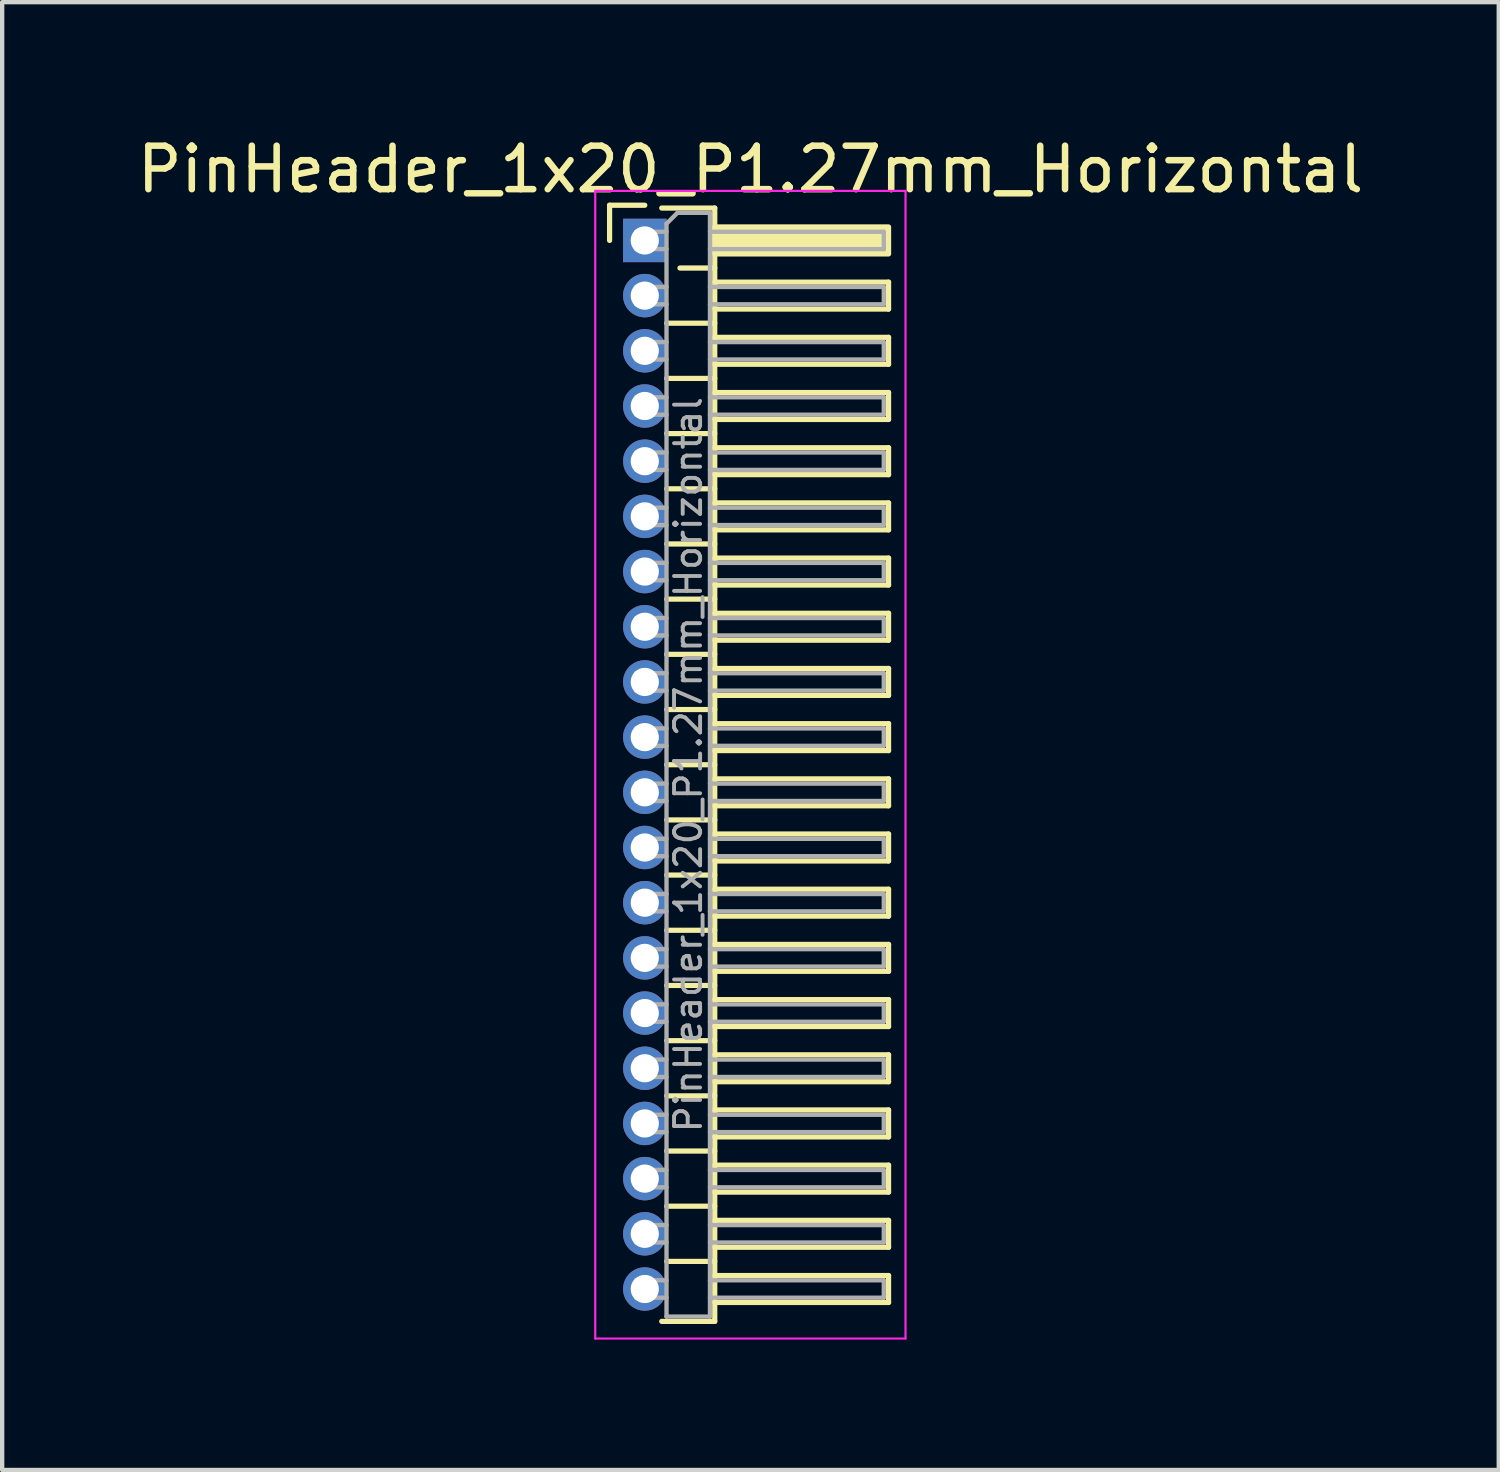
<source format=kicad_pcb>
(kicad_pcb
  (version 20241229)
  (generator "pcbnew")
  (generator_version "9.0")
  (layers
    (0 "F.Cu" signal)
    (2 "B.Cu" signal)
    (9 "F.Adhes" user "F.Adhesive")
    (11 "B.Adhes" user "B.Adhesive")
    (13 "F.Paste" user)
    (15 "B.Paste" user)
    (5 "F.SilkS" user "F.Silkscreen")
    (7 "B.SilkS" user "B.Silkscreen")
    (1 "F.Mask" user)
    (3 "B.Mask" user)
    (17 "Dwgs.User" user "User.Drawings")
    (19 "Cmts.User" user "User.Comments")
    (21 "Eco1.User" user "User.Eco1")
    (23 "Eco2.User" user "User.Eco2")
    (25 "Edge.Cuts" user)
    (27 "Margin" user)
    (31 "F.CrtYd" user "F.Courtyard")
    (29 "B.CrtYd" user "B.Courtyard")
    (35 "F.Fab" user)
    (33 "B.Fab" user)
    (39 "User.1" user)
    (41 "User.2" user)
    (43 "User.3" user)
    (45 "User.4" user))
  (footprint "PinHeader_1x20_P1.27mm_Horizontal"
    (layer "F.Cu")
    (at 11.788 2.483)
    (property "Reference" "PinHeader_1x20_P1.27mm_Horizontal" (at 2.433 -1.635 0) (layer "F.SilkS") (effects (font (size 1 1) (thickness 0.15))))
    (attr through_hole)
    (fp_line (start -0.81 -0.81) (end 0 -0.81) (stroke (width 0.12) (type solid)) (layer "F.SilkS"))
    (fp_line (start -0.81 0) (end -0.81 -0.81) (stroke (width 0.12) (type solid)) (layer "F.SilkS"))
    (fp_line (start 0.39 -0.745) (end 1.61 -0.745) (stroke (width 0.12) (type solid)) (layer "F.SilkS"))
    (fp_line (start 0.503 1.905) (end 1.61 1.905) (stroke (width 0.12) (type solid)) (layer "F.SilkS"))
    (fp_line (start 0.503 3.175) (end 1.61 3.175) (stroke (width 0.12) (type solid)) (layer "F.SilkS"))
    (fp_line (start 0.503 4.445) (end 1.61 4.445) (stroke (width 0.12) (type solid)) (layer "F.SilkS"))
    (fp_line (start 0.503 5.715) (end 1.61 5.715) (stroke (width 0.12) (type solid)) (layer "F.SilkS"))
    (fp_line (start 0.503 6.985) (end 1.61 6.985) (stroke (width 0.12) (type solid)) (layer "F.SilkS"))
    (fp_line (start 0.503 8.255) (end 1.61 8.255) (stroke (width 0.12) (type solid)) (layer "F.SilkS"))
    (fp_line (start 0.503 9.525) (end 1.61 9.525) (stroke (width 0.12) (type solid)) (layer "F.SilkS"))
    (fp_line (start 0.503 10.795) (end 1.61 10.795) (stroke (width 0.12) (type solid)) (layer "F.SilkS"))
    (fp_line (start 0.503 12.065) (end 1.61 12.065) (stroke (width 0.12) (type solid)) (layer "F.SilkS"))
    (fp_line (start 0.503 13.335) (end 1.61 13.335) (stroke (width 0.12) (type solid)) (layer "F.SilkS"))
    (fp_line (start 0.503 14.605) (end 1.61 14.605) (stroke (width 0.12) (type solid)) (layer "F.SilkS"))
    (fp_line (start 0.503 15.875) (end 1.61 15.875) (stroke (width 0.12) (type solid)) (layer "F.SilkS"))
    (fp_line (start 0.503 17.145) (end 1.61 17.145) (stroke (width 0.12) (type solid)) (layer "F.SilkS"))
    (fp_line (start 0.503 18.415) (end 1.61 18.415) (stroke (width 0.12) (type solid)) (layer "F.SilkS"))
    (fp_line (start 0.503 19.685) (end 1.61 19.685) (stroke (width 0.12) (type solid)) (layer "F.SilkS"))
    (fp_line (start 0.503 20.955) (end 1.61 20.955) (stroke (width 0.12) (type solid)) (layer "F.SilkS"))
    (fp_line (start 0.503 22.225) (end 1.61 22.225) (stroke (width 0.12) (type solid)) (layer "F.SilkS"))
    (fp_line (start 0.503 23.495) (end 1.61 23.495) (stroke (width 0.12) (type solid)) (layer "F.SilkS"))
    (fp_line (start 0.81 0.635) (end 1.61 0.635) (stroke (width 0.12) (type solid)) (layer "F.SilkS"))
    (fp_line (start 1.61 -0.745) (end 1.61 24.875) (stroke (width 0.12) (type solid)) (layer "F.SilkS"))
    (fp_line (start 1.61 0.96) (end 5.61 0.96) (stroke (width 0.12) (type solid)) (layer "F.SilkS"))
    (fp_line (start 1.61 2.23) (end 5.61 2.23) (stroke (width 0.12) (type solid)) (layer "F.SilkS"))
    (fp_line (start 1.61 3.5) (end 5.61 3.5) (stroke (width 0.12) (type solid)) (layer "F.SilkS"))
    (fp_line (start 1.61 4.77) (end 5.61 4.77) (stroke (width 0.12) (type solid)) (layer "F.SilkS"))
    (fp_line (start 1.61 6.04) (end 5.61 6.04) (stroke (width 0.12) (type solid)) (layer "F.SilkS"))
    (fp_line (start 1.61 7.31) (end 5.61 7.31) (stroke (width 0.12) (type solid)) (layer "F.SilkS"))
    (fp_line (start 1.61 8.58) (end 5.61 8.58) (stroke (width 0.12) (type solid)) (layer "F.SilkS"))
    (fp_line (start 1.61 9.85) (end 5.61 9.85) (stroke (width 0.12) (type solid)) (layer "F.SilkS"))
    (fp_line (start 1.61 11.12) (end 5.61 11.12) (stroke (width 0.12) (type solid)) (layer "F.SilkS"))
    (fp_line (start 1.61 12.39) (end 5.61 12.39) (stroke (width 0.12) (type solid)) (layer "F.SilkS"))
    (fp_line (start 1.61 13.66) (end 5.61 13.66) (stroke (width 0.12) (type solid)) (layer "F.SilkS"))
    (fp_line (start 1.61 14.93) (end 5.61 14.93) (stroke (width 0.12) (type solid)) (layer "F.SilkS"))
    (fp_line (start 1.61 16.2) (end 5.61 16.2) (stroke (width 0.12) (type solid)) (layer "F.SilkS"))
    (fp_line (start 1.61 17.47) (end 5.61 17.47) (stroke (width 0.12) (type solid)) (layer "F.SilkS"))
    (fp_line (start 1.61 18.74) (end 5.61 18.74) (stroke (width 0.12) (type solid)) (layer "F.SilkS"))
    (fp_line (start 1.61 20.01) (end 5.61 20.01) (stroke (width 0.12) (type solid)) (layer "F.SilkS"))
    (fp_line (start 1.61 21.28) (end 5.61 21.28) (stroke (width 0.12) (type solid)) (layer "F.SilkS"))
    (fp_line (start 1.61 22.55) (end 5.61 22.55) (stroke (width 0.12) (type solid)) (layer "F.SilkS"))
    (fp_line (start 1.61 23.82) (end 5.61 23.82) (stroke (width 0.12) (type solid)) (layer "F.SilkS"))
    (fp_line (start 1.61 24.875) (end 0.39 24.875) (stroke (width 0.12) (type solid)) (layer "F.SilkS"))
    (fp_line (start 5.61 0.96) (end 5.61 1.58) (stroke (width 0.12) (type solid)) (layer "F.SilkS"))
    (fp_line (start 5.61 1.58) (end 1.61 1.58) (stroke (width 0.12) (type solid)) (layer "F.SilkS"))
    (fp_line (start 5.61 2.23) (end 5.61 2.85) (stroke (width 0.12) (type solid)) (layer "F.SilkS"))
    (fp_line (start 5.61 2.85) (end 1.61 2.85) (stroke (width 0.12) (type solid)) (layer "F.SilkS"))
    (fp_line (start 5.61 3.5) (end 5.61 4.12) (stroke (width 0.12) (type solid)) (layer "F.SilkS"))
    (fp_line (start 5.61 4.12) (end 1.61 4.12) (stroke (width 0.12) (type solid)) (layer "F.SilkS"))
    (fp_line (start 5.61 4.77) (end 5.61 5.39) (stroke (width 0.12) (type solid)) (layer "F.SilkS"))
    (fp_line (start 5.61 5.39) (end 1.61 5.39) (stroke (width 0.12) (type solid)) (layer "F.SilkS"))
    (fp_line (start 5.61 6.04) (end 5.61 6.66) (stroke (width 0.12) (type solid)) (layer "F.SilkS"))
    (fp_line (start 5.61 6.66) (end 1.61 6.66) (stroke (width 0.12) (type solid)) (layer "F.SilkS"))
    (fp_line (start 5.61 7.31) (end 5.61 7.93) (stroke (width 0.12) (type solid)) (layer "F.SilkS"))
    (fp_line (start 5.61 7.93) (end 1.61 7.93) (stroke (width 0.12) (type solid)) (layer "F.SilkS"))
    (fp_line (start 5.61 8.58) (end 5.61 9.2) (stroke (width 0.12) (type solid)) (layer "F.SilkS"))
    (fp_line (start 5.61 9.2) (end 1.61 9.2) (stroke (width 0.12) (type solid)) (layer "F.SilkS"))
    (fp_line (start 5.61 9.85) (end 5.61 10.47) (stroke (width 0.12) (type solid)) (layer "F.SilkS"))
    (fp_line (start 5.61 10.47) (end 1.61 10.47) (stroke (width 0.12) (type solid)) (layer "F.SilkS"))
    (fp_line (start 5.61 11.12) (end 5.61 11.74) (stroke (width 0.12) (type solid)) (layer "F.SilkS"))
    (fp_line (start 5.61 11.74) (end 1.61 11.74) (stroke (width 0.12) (type solid)) (layer "F.SilkS"))
    (fp_line (start 5.61 12.39) (end 5.61 13.01) (stroke (width 0.12) (type solid)) (layer "F.SilkS"))
    (fp_line (start 5.61 13.01) (end 1.61 13.01) (stroke (width 0.12) (type solid)) (layer "F.SilkS"))
    (fp_line (start 5.61 13.66) (end 5.61 14.28) (stroke (width 0.12) (type solid)) (layer "F.SilkS"))
    (fp_line (start 5.61 14.28) (end 1.61 14.28) (stroke (width 0.12) (type solid)) (layer "F.SilkS"))
    (fp_line (start 5.61 14.93) (end 5.61 15.55) (stroke (width 0.12) (type solid)) (layer "F.SilkS"))
    (fp_line (start 5.61 15.55) (end 1.61 15.55) (stroke (width 0.12) (type solid)) (layer "F.SilkS"))
    (fp_line (start 5.61 16.2) (end 5.61 16.82) (stroke (width 0.12) (type solid)) (layer "F.SilkS"))
    (fp_line (start 5.61 16.82) (end 1.61 16.82) (stroke (width 0.12) (type solid)) (layer "F.SilkS"))
    (fp_line (start 5.61 17.47) (end 5.61 18.09) (stroke (width 0.12) (type solid)) (layer "F.SilkS"))
    (fp_line (start 5.61 18.09) (end 1.61 18.09) (stroke (width 0.12) (type solid)) (layer "F.SilkS"))
    (fp_line (start 5.61 18.74) (end 5.61 19.36) (stroke (width 0.12) (type solid)) (layer "F.SilkS"))
    (fp_line (start 5.61 19.36) (end 1.61 19.36) (stroke (width 0.12) (type solid)) (layer "F.SilkS"))
    (fp_line (start 5.61 20.01) (end 5.61 20.63) (stroke (width 0.12) (type solid)) (layer "F.SilkS"))
    (fp_line (start 5.61 20.63) (end 1.61 20.63) (stroke (width 0.12) (type solid)) (layer "F.SilkS"))
    (fp_line (start 5.61 21.28) (end 5.61 21.9) (stroke (width 0.12) (type solid)) (layer "F.SilkS"))
    (fp_line (start 5.61 21.9) (end 1.61 21.9) (stroke (width 0.12) (type solid)) (layer "F.SilkS"))
    (fp_line (start 5.61 22.55) (end 5.61 23.17) (stroke (width 0.12) (type solid)) (layer "F.SilkS"))
    (fp_line (start 5.61 23.17) (end 1.61 23.17) (stroke (width 0.12) (type solid)) (layer "F.SilkS"))
    (fp_line (start 5.61 23.82) (end 5.61 24.44) (stroke (width 0.12) (type solid)) (layer "F.SilkS"))
    (fp_line (start 5.61 24.44) (end 1.61 24.44) (stroke (width 0.12) (type solid)) (layer "F.SilkS"))
    (fp_rect (start 1.61 -0.31) (end 5.61 0.31) (stroke (width 0.12) (type solid)) (fill yes) (layer "F.SilkS"))
    (fp_line (start -1.14 -1.14) (end -1.14 25.27) (stroke (width 0.05) (type solid)) (layer "F.CrtYd"))
    (fp_line (start -1.14 25.27) (end 6 25.27) (stroke (width 0.05) (type solid)) (layer "F.CrtYd"))
    (fp_line (start 6 -1.14) (end -1.14 -1.14) (stroke (width 0.05) (type solid)) (layer "F.CrtYd"))
    (fp_line (start 6 25.27) (end 6 -1.14) (stroke (width 0.05) (type solid)) (layer "F.CrtYd"))
    (fp_line (start -0.2 -0.2) (end -0.2 0.2) (stroke (width 0.1) (type solid)) (layer "F.Fab"))
    (fp_line (start -0.2 -0.2) (end 0.5 -0.2) (stroke (width 0.1) (type solid)) (layer "F.Fab"))
    (fp_line (start -0.2 0.2) (end 0.5 0.2) (stroke (width 0.1) (type solid)) (layer "F.Fab"))
    (fp_line (start -0.2 1.07) (end -0.2 1.47) (stroke (width 0.1) (type solid)) (layer "F.Fab"))
    (fp_line (start -0.2 1.07) (end 0.5 1.07) (stroke (width 0.1) (type solid)) (layer "F.Fab"))
    (fp_line (start -0.2 1.47) (end 0.5 1.47) (stroke (width 0.1) (type solid)) (layer "F.Fab"))
    (fp_line (start -0.2 2.34) (end -0.2 2.74) (stroke (width 0.1) (type solid)) (layer "F.Fab"))
    (fp_line (start -0.2 2.34) (end 0.5 2.34) (stroke (width 0.1) (type solid)) (layer "F.Fab"))
    (fp_line (start -0.2 2.74) (end 0.5 2.74) (stroke (width 0.1) (type solid)) (layer "F.Fab"))
    (fp_line (start -0.2 3.61) (end -0.2 4.01) (stroke (width 0.1) (type solid)) (layer "F.Fab"))
    (fp_line (start -0.2 3.61) (end 0.5 3.61) (stroke (width 0.1) (type solid)) (layer "F.Fab"))
    (fp_line (start -0.2 4.01) (end 0.5 4.01) (stroke (width 0.1) (type solid)) (layer "F.Fab"))
    (fp_line (start -0.2 4.88) (end -0.2 5.28) (stroke (width 0.1) (type solid)) (layer "F.Fab"))
    (fp_line (start -0.2 4.88) (end 0.5 4.88) (stroke (width 0.1) (type solid)) (layer "F.Fab"))
    (fp_line (start -0.2 5.28) (end 0.5 5.28) (stroke (width 0.1) (type solid)) (layer "F.Fab"))
    (fp_line (start -0.2 6.15) (end -0.2 6.55) (stroke (width 0.1) (type solid)) (layer "F.Fab"))
    (fp_line (start -0.2 6.15) (end 0.5 6.15) (stroke (width 0.1) (type solid)) (layer "F.Fab"))
    (fp_line (start -0.2 6.55) (end 0.5 6.55) (stroke (width 0.1) (type solid)) (layer "F.Fab"))
    (fp_line (start -0.2 7.42) (end -0.2 7.82) (stroke (width 0.1) (type solid)) (layer "F.Fab"))
    (fp_line (start -0.2 7.42) (end 0.5 7.42) (stroke (width 0.1) (type solid)) (layer "F.Fab"))
    (fp_line (start -0.2 7.82) (end 0.5 7.82) (stroke (width 0.1) (type solid)) (layer "F.Fab"))
    (fp_line (start -0.2 8.69) (end -0.2 9.09) (stroke (width 0.1) (type solid)) (layer "F.Fab"))
    (fp_line (start -0.2 8.69) (end 0.5 8.69) (stroke (width 0.1) (type solid)) (layer "F.Fab"))
    (fp_line (start -0.2 9.09) (end 0.5 9.09) (stroke (width 0.1) (type solid)) (layer "F.Fab"))
    (fp_line (start -0.2 9.96) (end -0.2 10.36) (stroke (width 0.1) (type solid)) (layer "F.Fab"))
    (fp_line (start -0.2 9.96) (end 0.5 9.96) (stroke (width 0.1) (type solid)) (layer "F.Fab"))
    (fp_line (start -0.2 10.36) (end 0.5 10.36) (stroke (width 0.1) (type solid)) (layer "F.Fab"))
    (fp_line (start -0.2 11.23) (end -0.2 11.63) (stroke (width 0.1) (type solid)) (layer "F.Fab"))
    (fp_line (start -0.2 11.23) (end 0.5 11.23) (stroke (width 0.1) (type solid)) (layer "F.Fab"))
    (fp_line (start -0.2 11.63) (end 0.5 11.63) (stroke (width 0.1) (type solid)) (layer "F.Fab"))
    (fp_line (start -0.2 12.5) (end -0.2 12.9) (stroke (width 0.1) (type solid)) (layer "F.Fab"))
    (fp_line (start -0.2 12.5) (end 0.5 12.5) (stroke (width 0.1) (type solid)) (layer "F.Fab"))
    (fp_line (start -0.2 12.9) (end 0.5 12.9) (stroke (width 0.1) (type solid)) (layer "F.Fab"))
    (fp_line (start -0.2 13.77) (end -0.2 14.17) (stroke (width 0.1) (type solid)) (layer "F.Fab"))
    (fp_line (start -0.2 13.77) (end 0.5 13.77) (stroke (width 0.1) (type solid)) (layer "F.Fab"))
    (fp_line (start -0.2 14.17) (end 0.5 14.17) (stroke (width 0.1) (type solid)) (layer "F.Fab"))
    (fp_line (start -0.2 15.04) (end -0.2 15.44) (stroke (width 0.1) (type solid)) (layer "F.Fab"))
    (fp_line (start -0.2 15.04) (end 0.5 15.04) (stroke (width 0.1) (type solid)) (layer "F.Fab"))
    (fp_line (start -0.2 15.44) (end 0.5 15.44) (stroke (width 0.1) (type solid)) (layer "F.Fab"))
    (fp_line (start -0.2 16.31) (end -0.2 16.71) (stroke (width 0.1) (type solid)) (layer "F.Fab"))
    (fp_line (start -0.2 16.31) (end 0.5 16.31) (stroke (width 0.1) (type solid)) (layer "F.Fab"))
    (fp_line (start -0.2 16.71) (end 0.5 16.71) (stroke (width 0.1) (type solid)) (layer "F.Fab"))
    (fp_line (start -0.2 17.58) (end -0.2 17.98) (stroke (width 0.1) (type solid)) (layer "F.Fab"))
    (fp_line (start -0.2 17.58) (end 0.5 17.58) (stroke (width 0.1) (type solid)) (layer "F.Fab"))
    (fp_line (start -0.2 17.98) (end 0.5 17.98) (stroke (width 0.1) (type solid)) (layer "F.Fab"))
    (fp_line (start -0.2 18.85) (end -0.2 19.25) (stroke (width 0.1) (type solid)) (layer "F.Fab"))
    (fp_line (start -0.2 18.85) (end 0.5 18.85) (stroke (width 0.1) (type solid)) (layer "F.Fab"))
    (fp_line (start -0.2 19.25) (end 0.5 19.25) (stroke (width 0.1) (type solid)) (layer "F.Fab"))
    (fp_line (start -0.2 20.12) (end -0.2 20.52) (stroke (width 0.1) (type solid)) (layer "F.Fab"))
    (fp_line (start -0.2 20.12) (end 0.5 20.12) (stroke (width 0.1) (type solid)) (layer "F.Fab"))
    (fp_line (start -0.2 20.52) (end 0.5 20.52) (stroke (width 0.1) (type solid)) (layer "F.Fab"))
    (fp_line (start -0.2 21.39) (end -0.2 21.79) (stroke (width 0.1) (type solid)) (layer "F.Fab"))
    (fp_line (start -0.2 21.39) (end 0.5 21.39) (stroke (width 0.1) (type solid)) (layer "F.Fab"))
    (fp_line (start -0.2 21.79) (end 0.5 21.79) (stroke (width 0.1) (type solid)) (layer "F.Fab"))
    (fp_line (start -0.2 22.66) (end -0.2 23.06) (stroke (width 0.1) (type solid)) (layer "F.Fab"))
    (fp_line (start -0.2 22.66) (end 0.5 22.66) (stroke (width 0.1) (type solid)) (layer "F.Fab"))
    (fp_line (start -0.2 23.06) (end 0.5 23.06) (stroke (width 0.1) (type solid)) (layer "F.Fab"))
    (fp_line (start -0.2 23.93) (end -0.2 24.33) (stroke (width 0.1) (type solid)) (layer "F.Fab"))
    (fp_line (start -0.2 23.93) (end 0.5 23.93) (stroke (width 0.1) (type solid)) (layer "F.Fab"))
    (fp_line (start -0.2 24.33) (end 0.5 24.33) (stroke (width 0.1) (type solid)) (layer "F.Fab"))
    (fp_line (start 0.5 -0.385) (end 0.75 -0.635) (stroke (width 0.1) (type solid)) (layer "F.Fab"))
    (fp_line (start 0.5 24.765) (end 0.5 -0.385) (stroke (width 0.1) (type solid)) (layer "F.Fab"))
    (fp_line (start 0.75 -0.635) (end 1.5 -0.635) (stroke (width 0.1) (type solid)) (layer "F.Fab"))
    (fp_line (start 1.5 -0.635) (end 1.5 24.765) (stroke (width 0.1) (type solid)) (layer "F.Fab"))
    (fp_line (start 1.5 -0.2) (end 5.5 -0.2) (stroke (width 0.1) (type solid)) (layer "F.Fab"))
    (fp_line (start 1.5 0.2) (end 5.5 0.2) (stroke (width 0.1) (type solid)) (layer "F.Fab"))
    (fp_line (start 1.5 1.07) (end 5.5 1.07) (stroke (width 0.1) (type solid)) (layer "F.Fab"))
    (fp_line (start 1.5 1.47) (end 5.5 1.47) (stroke (width 0.1) (type solid)) (layer "F.Fab"))
    (fp_line (start 1.5 2.34) (end 5.5 2.34) (stroke (width 0.1) (type solid)) (layer "F.Fab"))
    (fp_line (start 1.5 2.74) (end 5.5 2.74) (stroke (width 0.1) (type solid)) (layer "F.Fab"))
    (fp_line (start 1.5 3.61) (end 5.5 3.61) (stroke (width 0.1) (type solid)) (layer "F.Fab"))
    (fp_line (start 1.5 4.01) (end 5.5 4.01) (stroke (width 0.1) (type solid)) (layer "F.Fab"))
    (fp_line (start 1.5 4.88) (end 5.5 4.88) (stroke (width 0.1) (type solid)) (layer "F.Fab"))
    (fp_line (start 1.5 5.28) (end 5.5 5.28) (stroke (width 0.1) (type solid)) (layer "F.Fab"))
    (fp_line (start 1.5 6.15) (end 5.5 6.15) (stroke (width 0.1) (type solid)) (layer "F.Fab"))
    (fp_line (start 1.5 6.55) (end 5.5 6.55) (stroke (width 0.1) (type solid)) (layer "F.Fab"))
    (fp_line (start 1.5 7.42) (end 5.5 7.42) (stroke (width 0.1) (type solid)) (layer "F.Fab"))
    (fp_line (start 1.5 7.82) (end 5.5 7.82) (stroke (width 0.1) (type solid)) (layer "F.Fab"))
    (fp_line (start 1.5 8.69) (end 5.5 8.69) (stroke (width 0.1) (type solid)) (layer "F.Fab"))
    (fp_line (start 1.5 9.09) (end 5.5 9.09) (stroke (width 0.1) (type solid)) (layer "F.Fab"))
    (fp_line (start 1.5 9.96) (end 5.5 9.96) (stroke (width 0.1) (type solid)) (layer "F.Fab"))
    (fp_line (start 1.5 10.36) (end 5.5 10.36) (stroke (width 0.1) (type solid)) (layer "F.Fab"))
    (fp_line (start 1.5 11.23) (end 5.5 11.23) (stroke (width 0.1) (type solid)) (layer "F.Fab"))
    (fp_line (start 1.5 11.63) (end 5.5 11.63) (stroke (width 0.1) (type solid)) (layer "F.Fab"))
    (fp_line (start 1.5 12.5) (end 5.5 12.5) (stroke (width 0.1) (type solid)) (layer "F.Fab"))
    (fp_line (start 1.5 12.9) (end 5.5 12.9) (stroke (width 0.1) (type solid)) (layer "F.Fab"))
    (fp_line (start 1.5 13.77) (end 5.5 13.77) (stroke (width 0.1) (type solid)) (layer "F.Fab"))
    (fp_line (start 1.5 14.17) (end 5.5 14.17) (stroke (width 0.1) (type solid)) (layer "F.Fab"))
    (fp_line (start 1.5 15.04) (end 5.5 15.04) (stroke (width 0.1) (type solid)) (layer "F.Fab"))
    (fp_line (start 1.5 15.44) (end 5.5 15.44) (stroke (width 0.1) (type solid)) (layer "F.Fab"))
    (fp_line (start 1.5 16.31) (end 5.5 16.31) (stroke (width 0.1) (type solid)) (layer "F.Fab"))
    (fp_line (start 1.5 16.71) (end 5.5 16.71) (stroke (width 0.1) (type solid)) (layer "F.Fab"))
    (fp_line (start 1.5 17.58) (end 5.5 17.58) (stroke (width 0.1) (type solid)) (layer "F.Fab"))
    (fp_line (start 1.5 17.98) (end 5.5 17.98) (stroke (width 0.1) (type solid)) (layer "F.Fab"))
    (fp_line (start 1.5 18.85) (end 5.5 18.85) (stroke (width 0.1) (type solid)) (layer "F.Fab"))
    (fp_line (start 1.5 19.25) (end 5.5 19.25) (stroke (width 0.1) (type solid)) (layer "F.Fab"))
    (fp_line (start 1.5 20.12) (end 5.5 20.12) (stroke (width 0.1) (type solid)) (layer "F.Fab"))
    (fp_line (start 1.5 20.52) (end 5.5 20.52) (stroke (width 0.1) (type solid)) (layer "F.Fab"))
    (fp_line (start 1.5 21.39) (end 5.5 21.39) (stroke (width 0.1) (type solid)) (layer "F.Fab"))
    (fp_line (start 1.5 21.79) (end 5.5 21.79) (stroke (width 0.1) (type solid)) (layer "F.Fab"))
    (fp_line (start 1.5 22.66) (end 5.5 22.66) (stroke (width 0.1) (type solid)) (layer "F.Fab"))
    (fp_line (start 1.5 23.06) (end 5.5 23.06) (stroke (width 0.1) (type solid)) (layer "F.Fab"))
    (fp_line (start 1.5 23.93) (end 5.5 23.93) (stroke (width 0.1) (type solid)) (layer "F.Fab"))
    (fp_line (start 1.5 24.33) (end 5.5 24.33) (stroke (width 0.1) (type solid)) (layer "F.Fab"))
    (fp_line (start 1.5 24.765) (end 0.5 24.765) (stroke (width 0.1) (type solid)) (layer "F.Fab"))
    (fp_line (start 5.5 -0.2) (end 5.5 0.2) (stroke (width 0.1) (type solid)) (layer "F.Fab"))
    (fp_line (start 5.5 1.07) (end 5.5 1.47) (stroke (width 0.1) (type solid)) (layer "F.Fab"))
    (fp_line (start 5.5 2.34) (end 5.5 2.74) (stroke (width 0.1) (type solid)) (layer "F.Fab"))
    (fp_line (start 5.5 3.61) (end 5.5 4.01) (stroke (width 0.1) (type solid)) (layer "F.Fab"))
    (fp_line (start 5.5 4.88) (end 5.5 5.28) (stroke (width 0.1) (type solid)) (layer "F.Fab"))
    (fp_line (start 5.5 6.15) (end 5.5 6.55) (stroke (width 0.1) (type solid)) (layer "F.Fab"))
    (fp_line (start 5.5 7.42) (end 5.5 7.82) (stroke (width 0.1) (type solid)) (layer "F.Fab"))
    (fp_line (start 5.5 8.69) (end 5.5 9.09) (stroke (width 0.1) (type solid)) (layer "F.Fab"))
    (fp_line (start 5.5 9.96) (end 5.5 10.36) (stroke (width 0.1) (type solid)) (layer "F.Fab"))
    (fp_line (start 5.5 11.23) (end 5.5 11.63) (stroke (width 0.1) (type solid)) (layer "F.Fab"))
    (fp_line (start 5.5 12.5) (end 5.5 12.9) (stroke (width 0.1) (type solid)) (layer "F.Fab"))
    (fp_line (start 5.5 13.77) (end 5.5 14.17) (stroke (width 0.1) (type solid)) (layer "F.Fab"))
    (fp_line (start 5.5 15.04) (end 5.5 15.44) (stroke (width 0.1) (type solid)) (layer "F.Fab"))
    (fp_line (start 5.5 16.31) (end 5.5 16.71) (stroke (width 0.1) (type solid)) (layer "F.Fab"))
    (fp_line (start 5.5 17.58) (end 5.5 17.98) (stroke (width 0.1) (type solid)) (layer "F.Fab"))
    (fp_line (start 5.5 18.85) (end 5.5 19.25) (stroke (width 0.1) (type solid)) (layer "F.Fab"))
    (fp_line (start 5.5 20.12) (end 5.5 20.52) (stroke (width 0.1) (type solid)) (layer "F.Fab"))
    (fp_line (start 5.5 21.39) (end 5.5 21.79) (stroke (width 0.1) (type solid)) (layer "F.Fab"))
    (fp_line (start 5.5 22.66) (end 5.5 23.06) (stroke (width 0.1) (type solid)) (layer "F.Fab"))
    (fp_line (start 5.5 23.93) (end 5.5 24.33) (stroke (width 0.1) (type solid)) (layer "F.Fab"))
    (fp_text user "${REFERENCE}" (at 1 12.065 90) (layer "F.Fab") (effects (font (size 0.6 0.6) (thickness 0.09))))
    (pad "1" thru_hole rect (at 0 0) (size 1 1) (drill 0.65) (layers "*.Cu" "*.Mask"))
    (pad "2" thru_hole circle (at 0 1.27) (size 1 1) (drill 0.65) (layers "*.Cu" "*.Mask"))
    (pad "3" thru_hole circle (at 0 2.54) (size 1 1) (drill 0.65) (layers "*.Cu" "*.Mask"))
    (pad "4" thru_hole circle (at 0 3.81) (size 1 1) (drill 0.65) (layers "*.Cu" "*.Mask"))
    (pad "5" thru_hole circle (at 0 5.08) (size 1 1) (drill 0.65) (layers "*.Cu" "*.Mask"))
    (pad "6" thru_hole circle (at 0 6.35) (size 1 1) (drill 0.65) (layers "*.Cu" "*.Mask"))
    (pad "7" thru_hole circle (at 0 7.62) (size 1 1) (drill 0.65) (layers "*.Cu" "*.Mask"))
    (pad "8" thru_hole circle (at 0 8.89) (size 1 1) (drill 0.65) (layers "*.Cu" "*.Mask"))
    (pad "9" thru_hole circle (at 0 10.16) (size 1 1) (drill 0.65) (layers "*.Cu" "*.Mask"))
    (pad "10" thru_hole circle (at 0 11.43) (size 1 1) (drill 0.65) (layers "*.Cu" "*.Mask"))
    (pad "11" thru_hole circle (at 0 12.7) (size 1 1) (drill 0.65) (layers "*.Cu" "*.Mask"))
    (pad "12" thru_hole circle (at 0 13.97) (size 1 1) (drill 0.65) (layers "*.Cu" "*.Mask"))
    (pad "13" thru_hole circle (at 0 15.24) (size 1 1) (drill 0.65) (layers "*.Cu" "*.Mask"))
    (pad "14" thru_hole circle (at 0 16.51) (size 1 1) (drill 0.65) (layers "*.Cu" "*.Mask"))
    (pad "15" thru_hole circle (at 0 17.78) (size 1 1) (drill 0.65) (layers "*.Cu" "*.Mask"))
    (pad "16" thru_hole circle (at 0 19.05) (size 1 1) (drill 0.65) (layers "*.Cu" "*.Mask"))
    (pad "17" thru_hole circle (at 0 20.32) (size 1 1) (drill 0.65) (layers "*.Cu" "*.Mask"))
    (pad "18" thru_hole circle (at 0 21.59) (size 1 1) (drill 0.65) (layers "*.Cu" "*.Mask"))
    (pad "19" thru_hole circle (at 0 22.86) (size 1 1) (drill 0.65) (layers "*.Cu" "*.Mask"))
    (pad "20" thru_hole circle (at 0 24.13) (size 1 1) (drill 0.65) (layers "*.Cu" "*.Mask")))
  (gr_rect
    (start -3 -3)
    (end 31.44 30.778)
    (stroke (width 0.1) (type default))
    (fill no)
    (layer "Edge.Cuts")))
</source>
